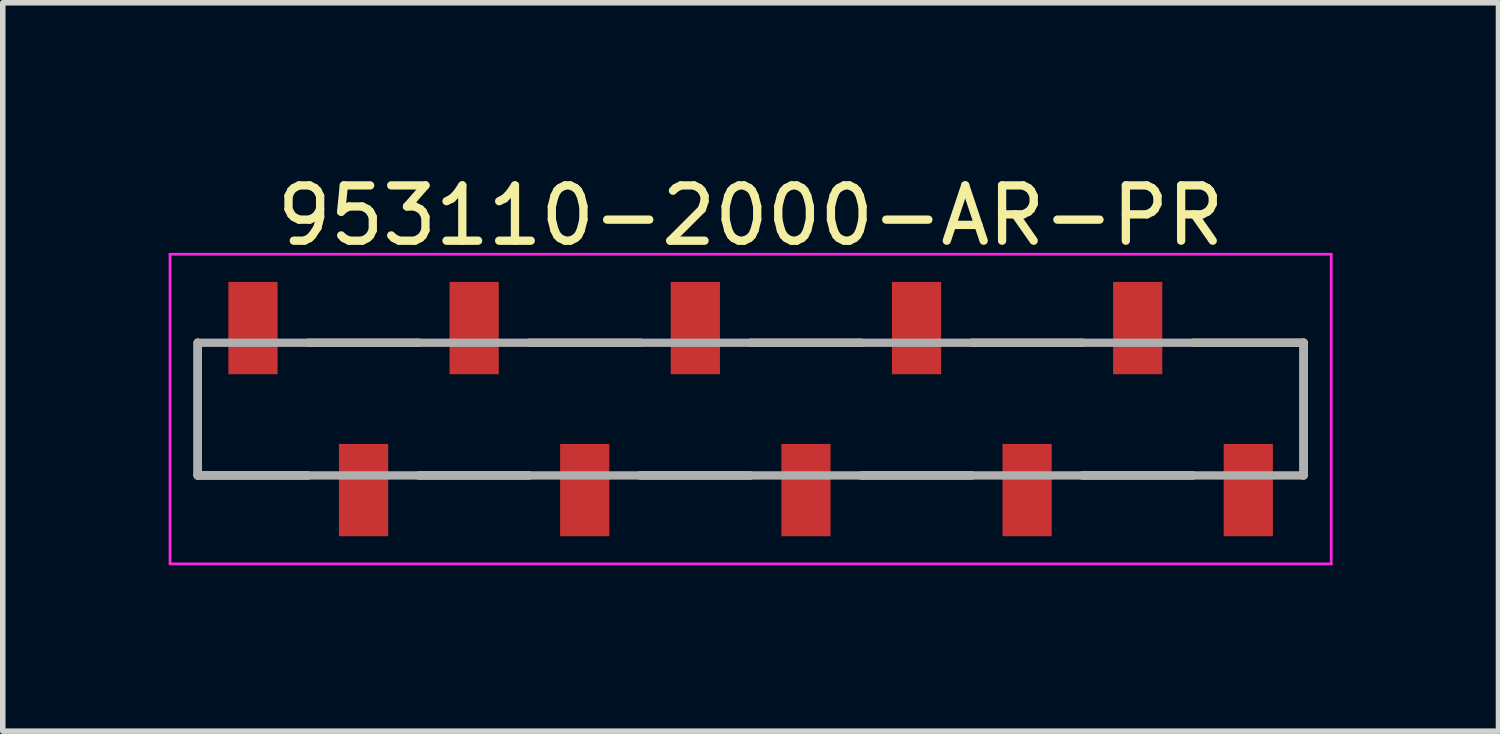
<source format=kicad_pcb>
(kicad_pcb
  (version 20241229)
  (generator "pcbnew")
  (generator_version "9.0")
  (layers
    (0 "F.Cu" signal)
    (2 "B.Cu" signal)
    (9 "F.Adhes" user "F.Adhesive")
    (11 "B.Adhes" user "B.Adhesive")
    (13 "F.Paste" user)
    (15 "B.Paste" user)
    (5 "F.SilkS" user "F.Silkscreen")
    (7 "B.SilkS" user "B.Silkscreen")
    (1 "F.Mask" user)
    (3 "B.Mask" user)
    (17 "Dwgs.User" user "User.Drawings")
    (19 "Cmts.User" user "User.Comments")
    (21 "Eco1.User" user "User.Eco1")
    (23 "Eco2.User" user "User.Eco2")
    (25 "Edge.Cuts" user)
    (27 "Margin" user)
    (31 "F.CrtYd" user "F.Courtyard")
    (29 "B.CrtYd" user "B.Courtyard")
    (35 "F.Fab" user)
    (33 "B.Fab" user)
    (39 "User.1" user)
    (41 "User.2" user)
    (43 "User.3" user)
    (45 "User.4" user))
  (footprint "953110-2000-AR-PR"
    (layer "F.Cu")
    (at 10.525 4.348)
    (property "Reference" "953110-2000-AR-PR" (at 0 -3.5 0) (layer "F.SilkS") (effects (font (size 1 1) (thickness 0.15))))
    (attr smd)
    (fp_line (start -10 -1.2) (end -10 1.2) (stroke (width 0.15) (type solid)) (layer "F.SilkS"))
    (fp_line (start -10 1.2) (end -8 1.2) (stroke (width 0.15) (type solid)) (layer "F.SilkS"))
    (fp_line (start -8 -1.2) (end -6 -1.2) (stroke (width 0.15) (type solid)) (layer "F.SilkS"))
    (fp_line (start -6 1.2) (end -4 1.2) (stroke (width 0.15) (type solid)) (layer "F.SilkS"))
    (fp_line (start -4 -1.2) (end -2 -1.2) (stroke (width 0.15) (type solid)) (layer "F.SilkS"))
    (fp_line (start -2 1.2) (end 0 1.2) (stroke (width 0.15) (type solid)) (layer "F.SilkS"))
    (fp_line (start 0 -1.2) (end 2 -1.2) (stroke (width 0.15) (type solid)) (layer "F.SilkS"))
    (fp_line (start 2 1.2) (end 4 1.2) (stroke (width 0.15) (type solid)) (layer "F.SilkS"))
    (fp_line (start 4 -1.2) (end 6 -1.2) (stroke (width 0.15) (type solid)) (layer "F.SilkS"))
    (fp_line (start 6 1.2) (end 8 1.2) (stroke (width 0.15) (type solid)) (layer "F.SilkS"))
    (fp_line (start 8 -1.2) (end 10 -1.2) (stroke (width 0.15) (type solid)) (layer "F.SilkS"))
    (fp_line (start 10 -1.2) (end 10 1.2) (stroke (width 0.15) (type solid)) (layer "F.SilkS"))
    (fp_line (start -10.5 -2.8) (end -10.5 2.8) (stroke (width 0.05) (type solid)) (layer "F.CrtYd"))
    (fp_line (start -10.5 -2.8) (end 10.5 -2.8) (stroke (width 0.05) (type solid)) (layer "F.CrtYd"))
    (fp_line (start -10.5 2.8) (end 10.5 2.8) (stroke (width 0.05) (type solid)) (layer "F.CrtYd"))
    (fp_line (start 10.5 -2.8) (end 10.5 2.8) (stroke (width 0.05) (type solid)) (layer "F.CrtYd"))
    (fp_line (start -10 -1.2) (end -10 1.2) (stroke (width 0.15) (type solid)) (layer "F.Fab"))
    (fp_line (start -10 -1.2) (end 10 -1.2) (stroke (width 0.15) (type solid)) (layer "F.Fab"))
    (fp_line (start -10 1.2) (end 10 1.2) (stroke (width 0.15) (type solid)) (layer "F.Fab"))
    (fp_line (start 10 -1.2) (end 10 1.2) (stroke (width 0.15) (type solid)) (layer "F.Fab"))
    (pad "1" smd rect (at -9 -1.465) (size 0.89 1.67) (layers "F.Cu" "F.Mask" "F.Paste"))
    (pad "2" smd rect (at -7 1.465) (size 0.89 1.67) (layers "F.Cu" "F.Mask" "F.Paste"))
    (pad "3" smd rect (at -5 -1.465) (size 0.89 1.67) (layers "F.Cu" "F.Mask" "F.Paste"))
    (pad "4" smd rect (at -3 1.465) (size 0.89 1.67) (layers "F.Cu" "F.Mask" "F.Paste"))
    (pad "5" smd rect (at -1 -1.465) (size 0.89 1.67) (layers "F.Cu" "F.Mask" "F.Paste"))
    (pad "6" smd rect (at 1 1.465) (size 0.89 1.67) (layers "F.Cu" "F.Mask" "F.Paste"))
    (pad "7" smd rect (at 3 -1.465) (size 0.89 1.67) (layers "F.Cu" "F.Mask" "F.Paste"))
    (pad "8" smd rect (at 5 1.465) (size 0.89 1.67) (layers "F.Cu" "F.Mask" "F.Paste"))
    (pad "9" smd rect (at 7 -1.465) (size 0.89 1.67) (layers "F.Cu" "F.Mask" "F.Paste"))
    (pad "10" smd rect (at 9 1.465) (size 0.89 1.67) (layers "F.Cu" "F.Mask" "F.Paste")))
  (gr_rect
    (start -3 -3)
    (end 24.05 10.173)
    (stroke (width 0.1) (type default))
    (fill no)
    (layer "Edge.Cuts")))
</source>
